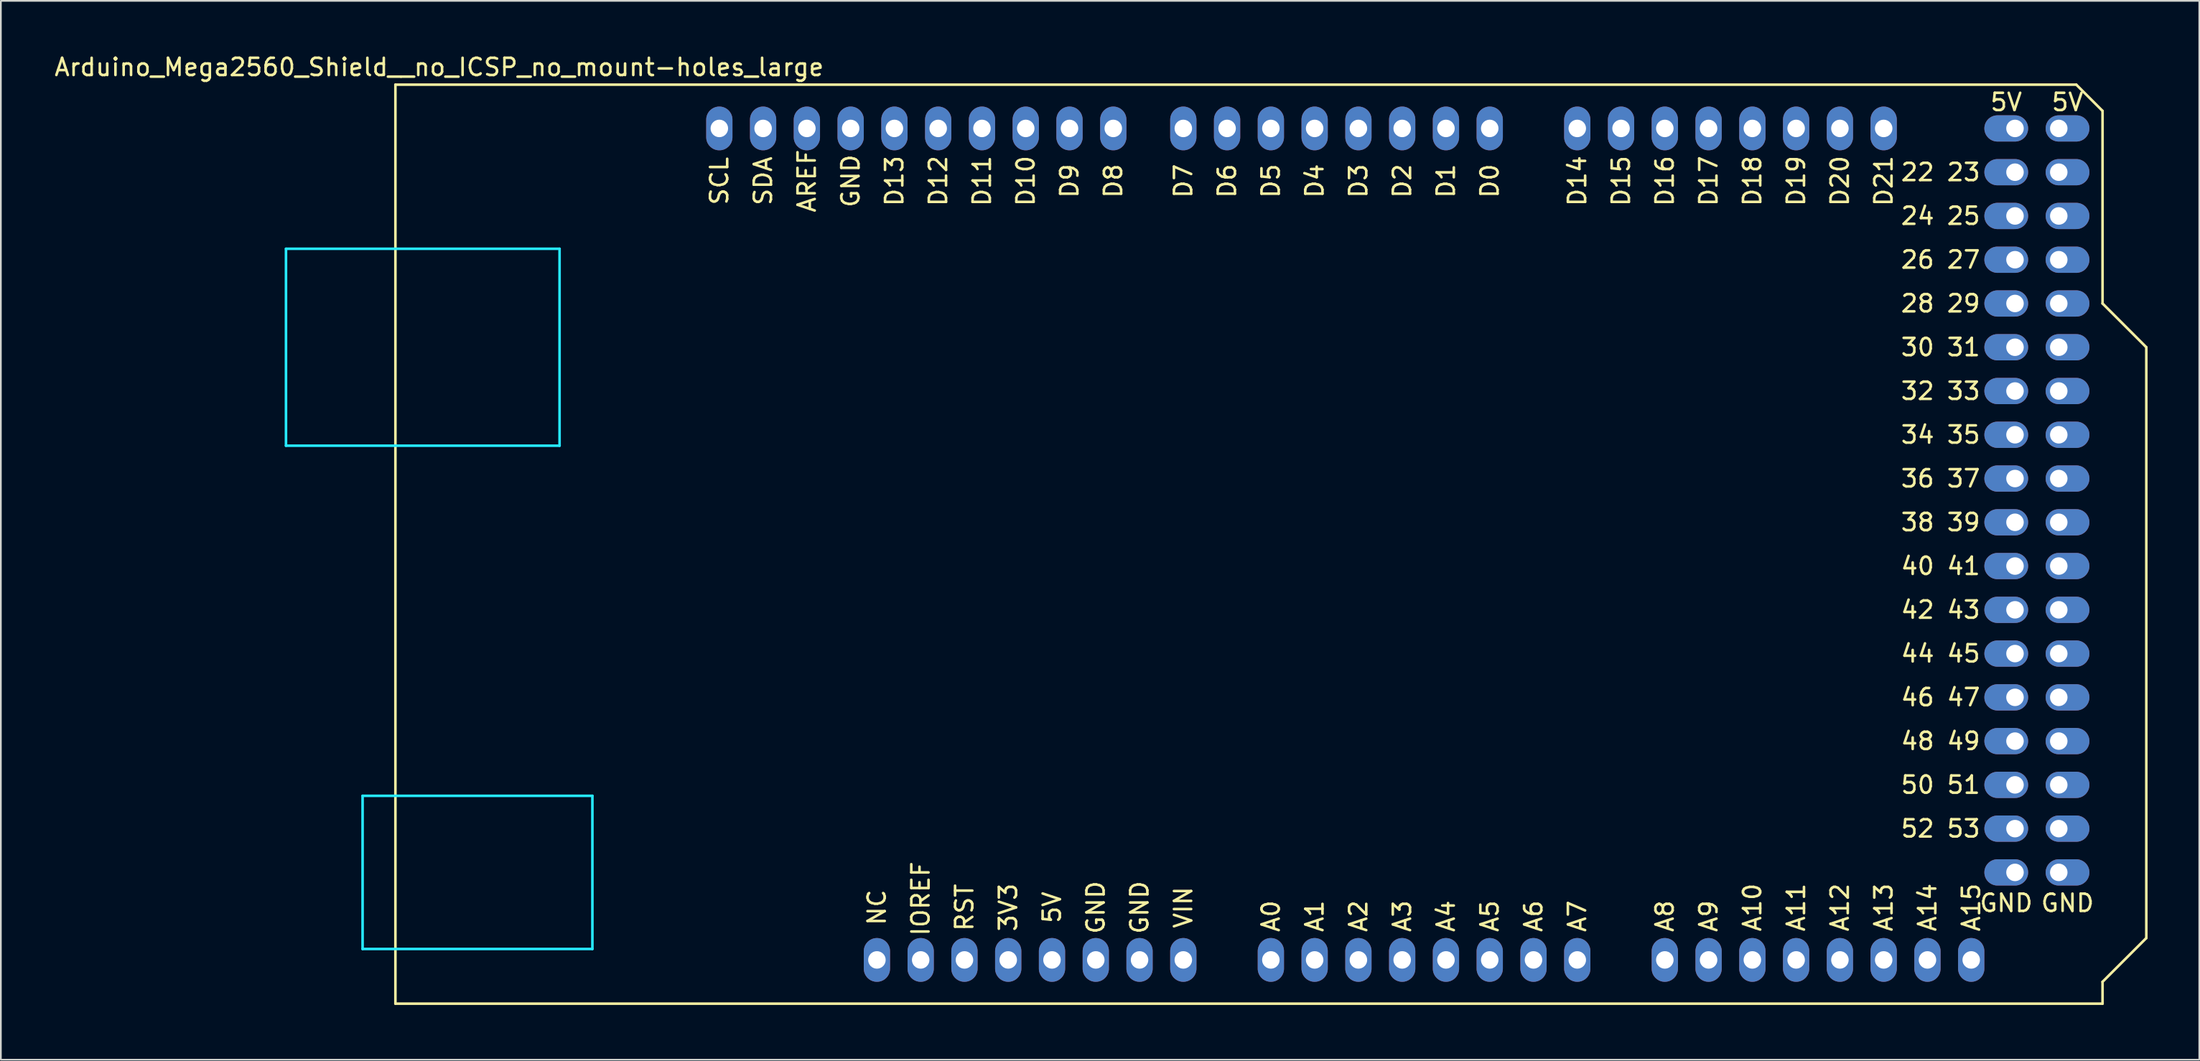
<source format=kicad_pcb>
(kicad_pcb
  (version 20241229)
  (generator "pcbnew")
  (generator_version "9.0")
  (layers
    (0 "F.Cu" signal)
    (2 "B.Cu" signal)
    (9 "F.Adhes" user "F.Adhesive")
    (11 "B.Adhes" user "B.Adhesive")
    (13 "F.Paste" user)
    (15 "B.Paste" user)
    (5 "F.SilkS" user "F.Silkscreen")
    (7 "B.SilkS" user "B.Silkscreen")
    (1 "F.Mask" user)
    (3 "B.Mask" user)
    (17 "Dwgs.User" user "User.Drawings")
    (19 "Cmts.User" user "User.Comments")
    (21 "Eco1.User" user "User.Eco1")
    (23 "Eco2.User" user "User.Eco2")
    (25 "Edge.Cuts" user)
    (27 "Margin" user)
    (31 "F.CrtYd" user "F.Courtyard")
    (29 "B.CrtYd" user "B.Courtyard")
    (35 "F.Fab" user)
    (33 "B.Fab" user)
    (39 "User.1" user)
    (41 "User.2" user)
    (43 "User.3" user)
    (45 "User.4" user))
  (footprint "Arduino_Mega2560_Shield__no_ICSP_no_mount-holes_large"
    (layer "F.Cu")
    (at 19.895 55.204)
    (property "Reference" "Arduino_Mega2560_Shield__no_ICSP_no_mount-holes_large" (at 2.54 -54.356 0) (layer "F.SilkS") (effects (font (size 1 1) (thickness 0.15))))
    (attr through_hole)
    (fp_line (start 0 -53.34) (end 0 0) (stroke (width 0.15) (type solid)) (layer "F.SilkS"))
    (fp_line (start 0 -53.34) (end 97.536 -53.34) (stroke (width 0.15) (type solid)) (layer "F.SilkS"))
    (fp_line (start 0 0) (end 99.06 0) (stroke (width 0.15) (type solid)) (layer "F.SilkS"))
    (fp_line (start 97.536 -53.34) (end 99.06 -51.816) (stroke (width 0.15) (type solid)) (layer "F.SilkS"))
    (fp_line (start 99.06 -40.64) (end 99.06 -51.816) (stroke (width 0.15) (type solid)) (layer "F.SilkS"))
    (fp_line (start 99.06 -1.27) (end 101.6 -3.81) (stroke (width 0.15) (type solid)) (layer "F.SilkS"))
    (fp_line (start 99.06 0) (end 99.06 -1.27) (stroke (width 0.15) (type solid)) (layer "F.SilkS"))
    (fp_line (start 101.6 -38.1) (end 99.06 -40.64) (stroke (width 0.15) (type solid)) (layer "F.SilkS"))
    (fp_line (start 101.6 -3.81) (end 101.6 -38.1) (stroke (width 0.15) (type solid)) (layer "F.SilkS"))
    (fp_line (start -6.35 -43.815) (end -6.35 -32.385) (stroke (width 0.15) (type solid)) (layer "B.CrtYd"))
    (fp_line (start -1.905 -12.065) (end -1.905 -3.175) (stroke (width 0.15) (type solid)) (layer "B.CrtYd"))
    (fp_line (start -1.905 -12.065) (end 11.43 -12.065) (stroke (width 0.15) (type solid)) (layer "B.CrtYd"))
    (fp_line (start -1.905 -3.175) (end 11.43 -3.175) (stroke (width 0.15) (type solid)) (layer "B.CrtYd"))
    (fp_line (start 9.525 -43.815) (end -6.35 -43.815) (stroke (width 0.15) (type solid)) (layer "B.CrtYd"))
    (fp_line (start 9.525 -43.815) (end 9.525 -32.385) (stroke (width 0.15) (type solid)) (layer "B.CrtYd"))
    (fp_line (start 9.525 -32.385) (end -6.35 -32.385) (stroke (width 0.15) (type solid)) (layer "B.CrtYd"))
    (fp_line (start 11.43 -12.065) (end 11.43 -3.175) (stroke (width 0.15) (type solid)) (layer "B.CrtYd"))
    (fp_text user "D0" (at 63.5 -47.752 90) (layer "F.SilkS") (effects (font (size 1 1) (thickness 0.15))))
    (fp_text user "D9" (at 39.116 -47.752 90) (layer "F.SilkS") (effects (font (size 1 1) (thickness 0.15))))
    (fp_text user "D4" (at 53.34 -47.752 90) (layer "F.SilkS") (effects (font (size 1 1) (thickness 0.15))))
    (fp_text user "A11" (at 81.28 -5.588 90) (layer "F.SilkS") (effects (font (size 1 1) (thickness 0.15))))
    (fp_text user "46 47" (at 89.662 -17.78 0) (layer "F.SilkS") (effects (font (size 1 1) (thickness 0.15))))
    (fp_text user "D6" (at 48.26 -47.752 90) (layer "F.SilkS") (effects (font (size 1 1) (thickness 0.15))))
    (fp_text user "40 41" (at 89.662 -25.4 0) (layer "F.SilkS") (effects (font (size 1 1) (thickness 0.15))))
    (fp_text user "SCL" (at 18.796 -47.752 90) (layer "F.SilkS") (effects (font (size 1 1) (thickness 0.15))))
    (fp_text user "3V3" (at 35.56 -5.588 90) (layer "F.SilkS") (effects (font (size 1 1) (thickness 0.15))))
    (fp_text user "GND" (at 26.416 -47.752 90) (layer "F.SilkS") (effects (font (size 1 1) (thickness 0.15))))
    (fp_text user "D14" (at 68.58 -47.752 90) (layer "F.SilkS") (effects (font (size 1 1) (thickness 0.15))))
    (fp_text user "A14" (at 88.9 -5.588 90) (layer "F.SilkS") (effects (font (size 1 1) (thickness 0.15))))
    (fp_text user "36 37" (at 89.662 -30.48 0) (layer "F.SilkS") (effects (font (size 1 1) (thickness 0.15))))
    (fp_text user "D15" (at 71.12 -47.752 90) (layer "F.SilkS") (effects (font (size 1 1) (thickness 0.15))))
    (fp_text user "A1" (at 53.34 -5.08 90) (layer "F.SilkS") (effects (font (size 1 1) (thickness 0.15))))
    (fp_text user "44 45" (at 89.662 -20.32 0) (layer "F.SilkS") (effects (font (size 1 1) (thickness 0.15))))
    (fp_text user "D8" (at 41.656 -47.752 90) (layer "F.SilkS") (effects (font (size 1 1) (thickness 0.15))))
    (fp_text user "GND" (at 40.64 -5.588 90) (layer "F.SilkS") (effects (font (size 1 1) (thickness 0.15))))
    (fp_text user "D1" (at 60.96 -47.752 90) (layer "F.SilkS") (effects (font (size 1 1) (thickness 0.15))))
    (fp_text user "D16" (at 73.66 -47.752 90) (layer "F.SilkS") (effects (font (size 1 1) (thickness 0.15))))
    (fp_text user "AREF" (at 23.876 -47.752 90) (layer "F.SilkS") (effects (font (size 1 1) (thickness 0.15))))
    (fp_text user "D21" (at 86.36 -47.752 90) (layer "F.SilkS") (effects (font (size 1 1) (thickness 0.15))))
    (fp_text user "A5" (at 63.5 -5.08 90) (layer "F.SilkS") (effects (font (size 1 1) (thickness 0.15))))
    (fp_text user "A13" (at 86.36 -5.588 90) (layer "F.SilkS") (effects (font (size 1 1) (thickness 0.15))))
    (fp_text user "D19" (at 81.28 -47.752 90) (layer "F.SilkS") (effects (font (size 1 1) (thickness 0.15))))
    (fp_text user "D18" (at 78.74 -47.752 90) (layer "F.SilkS") (effects (font (size 1 1) (thickness 0.15))))
    (fp_text user "VIN" (at 45.72 -5.588 90) (layer "F.SilkS") (effects (font (size 1 1) (thickness 0.15))))
    (fp_text user "5V" (at 38.1 -5.588 90) (layer "F.SilkS") (effects (font (size 1 1) (thickness 0.15))))
    (fp_text user "32 33" (at 89.662 -35.56 0) (layer "F.SilkS") (effects (font (size 1 1) (thickness 0.15))))
    (fp_text user "A6" (at 66.04 -5.08 90) (layer "F.SilkS") (effects (font (size 1 1) (thickness 0.15))))
    (fp_text user "34 35" (at 89.662 -33.02 0) (layer "F.SilkS") (effects (font (size 1 1) (thickness 0.15))))
    (fp_text user "D11" (at 34.036 -47.752 90) (layer "F.SilkS") (effects (font (size 1 1) (thickness 0.15))))
    (fp_text user "38 39" (at 89.662 -27.94 0) (layer "F.SilkS") (effects (font (size 1 1) (thickness 0.15))))
    (fp_text user "A4" (at 60.96 -5.08 90) (layer "F.SilkS") (effects (font (size 1 1) (thickness 0.15))))
    (fp_text user "A3" (at 58.42 -5.08 90) (layer "F.SilkS") (effects (font (size 1 1) (thickness 0.15))))
    (fp_text user "D20" (at 83.82 -47.752 90) (layer "F.SilkS") (effects (font (size 1 1) (thickness 0.15))))
    (fp_text user "5V" (at 97.028 -52.324 0) (layer "F.SilkS") (effects (font (size 1 1) (thickness 0.15))))
    (fp_text user "RST" (at 33.02 -5.588 90) (layer "F.SilkS") (effects (font (size 1 1) (thickness 0.15))))
    (fp_text user "D7" (at 45.72 -47.752 90) (layer "F.SilkS") (effects (font (size 1 1) (thickness 0.15))))
    (fp_text user "A12" (at 83.82 -5.588 90) (layer "F.SilkS") (effects (font (size 1 1) (thickness 0.15))))
    (fp_text user "D17" (at 76.2 -47.752 90) (layer "F.SilkS") (effects (font (size 1 1) (thickness 0.15))))
    (fp_text user "A15" (at 91.44 -5.588 90) (layer "F.SilkS") (effects (font (size 1 1) (thickness 0.15))))
    (fp_text user "A0" (at 50.8 -5.08 90) (layer "F.SilkS") (effects (font (size 1 1) (thickness 0.15))))
    (fp_text user "D2" (at 58.42 -47.752 90) (layer "F.SilkS") (effects (font (size 1 1) (thickness 0.15))))
    (fp_text user "D5" (at 50.8 -47.752 90) (layer "F.SilkS") (effects (font (size 1 1) (thickness 0.15))))
    (fp_text user "30 31" (at 89.662 -38.1 0) (layer "F.SilkS") (effects (font (size 1 1) (thickness 0.15))))
    (fp_text user "A7" (at 68.58 -5.08 90) (layer "F.SilkS") (effects (font (size 1 1) (thickness 0.15))))
    (fp_text user "5V" (at 93.472 -52.324 0) (layer "F.SilkS") (effects (font (size 1 1) (thickness 0.15))))
    (fp_text user "26 27" (at 89.662 -43.18 0) (layer "F.SilkS") (effects (font (size 1 1) (thickness 0.15))))
    (fp_text user "NC" (at 27.94 -5.588 90) (layer "F.SilkS") (effects (font (size 1 1) (thickness 0.15))))
    (fp_text user "24 25" (at 89.662 -45.72 0) (layer "F.SilkS") (effects (font (size 1 1) (thickness 0.15))))
    (fp_text user "GND" (at 93.472 -5.842 0) (layer "F.SilkS") (effects (font (size 1 1) (thickness 0.15))))
    (fp_text user "GND" (at 43.18 -5.588 90) (layer "F.SilkS") (effects (font (size 1 1) (thickness 0.15))))
    (fp_text user "28 29" (at 89.662 -40.64 0) (layer "F.SilkS") (effects (font (size 1 1) (thickness 0.15))))
    (fp_text user "GND" (at 97.028 -5.842 0) (layer "F.SilkS") (effects (font (size 1 1) (thickness 0.15))))
    (fp_text user "A10" (at 78.74 -5.588 90) (layer "F.SilkS") (effects (font (size 1 1) (thickness 0.15))))
    (fp_text user "D12" (at 31.496 -47.752 90) (layer "F.SilkS") (effects (font (size 1 1) (thickness 0.15))))
    (fp_text user "50 51" (at 89.662 -12.7 0) (layer "F.SilkS") (effects (font (size 1 1) (thickness 0.15))))
    (fp_text user "42 43" (at 89.662 -22.86 0) (layer "F.SilkS") (effects (font (size 1 1) (thickness 0.15))))
    (fp_text user "D3" (at 55.88 -47.752 90) (layer "F.SilkS") (effects (font (size 1 1) (thickness 0.15))))
    (fp_text user "22 23" (at 89.662 -48.26 0) (layer "F.SilkS") (effects (font (size 1 1) (thickness 0.15))))
    (fp_text user "IOREF" (at 30.48 -6.096 90) (layer "F.SilkS") (effects (font (size 1 1) (thickness 0.15))))
    (fp_text user "D10" (at 36.576 -47.752 90) (layer "F.SilkS") (effects (font (size 1 1) (thickness 0.15))))
    (fp_text user "D13" (at 28.956 -47.752 90) (layer "F.SilkS") (effects (font (size 1 1) (thickness 0.15))))
    (fp_text user "SDA" (at 21.336 -47.752 90) (layer "F.SilkS") (effects (font (size 1 1) (thickness 0.15))))
    (fp_text user "A8" (at 73.66 -5.08 90) (layer "F.SilkS") (effects (font (size 1 1) (thickness 0.15))))
    (fp_text user "52 53" (at 89.662 -10.16 0) (layer "F.SilkS") (effects (font (size 1 1) (thickness 0.15))))
    (fp_text user "48 49" (at 89.662 -15.24 0) (layer "F.SilkS") (effects (font (size 1 1) (thickness 0.15))))
    (fp_text user "A9" (at 76.2 -5.08 90) (layer "F.SilkS") (effects (font (size 1 1) (thickness 0.15))))
    (fp_text user "A2" (at 55.88 -5.08 90) (layer "F.SilkS") (effects (font (size 1 1) (thickness 0.15))))
    (pad "1" thru_hole oval (at 53.34 -50.8) (size 1.524 2.54) (drill 1.016) (layers "*.Cu" "*.Mask"))
    (pad "2" thru_hole oval (at 63.5 -50.8) (size 1.524 2.54) (drill 1.016) (layers "*.Cu" "*.Mask"))
    (pad "3" thru_hole oval (at 60.96 -50.8) (size 1.524 2.54) (drill 1.016) (layers "*.Cu" "*.Mask"))
    (pad "3V3" thru_hole oval (at 35.56 -2.54) (size 1.524 2.54) (drill 1.016) (layers "*.Cu" "*.Mask"))
    (pad "5" thru_hole oval (at 50.8 -50.8) (size 1.524 2.54) (drill 1.016) (layers "*.Cu" "*.Mask"))
    (pad "6" thru_hole oval (at 58.42 -50.8) (size 1.524 2.54) (drill 1.016) (layers "*.Cu" "*.Mask"))
    (pad "7" thru_hole oval (at 55.88 -50.8) (size 1.524 2.54) (drill 1.016) (layers "*.Cu" "*.Mask"))
    (pad "10" thru_hole oval (at 38.1 -2.54) (size 1.524 2.54) (drill 1.016) (layers "*.Cu" "*.Mask"))
    (pad "11" thru_hole oval (at 26.416 -50.8) (size 1.524 2.54) (drill 1.016) (layers "*.Cu" "*.Mask"))
    (pad "12" thru_hole oval (at 76.2 -50.8) (size 1.524 2.54) (drill 1.016) (layers "*.Cu" "*.Mask"))
    (pad "13" thru_hole oval (at 73.66 -50.8) (size 1.524 2.54) (drill 1.016) (layers "*.Cu" "*.Mask"))
    (pad "15" thru_hole oval (at 48.26 -50.8) (size 1.524 2.54) (drill 1.016) (layers "*.Cu" "*.Mask"))
    (pad "16" thru_hole oval (at 45.72 -50.8) (size 1.524 2.54) (drill 1.016) (layers "*.Cu" "*.Mask"))
    (pad "17" thru_hole oval (at 41.656 -50.8) (size 1.524 2.54) (drill 1.016) (layers "*.Cu" "*.Mask"))
    (pad "18" thru_hole oval (at 39.116 -50.8) (size 1.524 2.54) (drill 1.016) (layers "*.Cu" "*.Mask"))
    (pad "19" thru_hole oval (at 96.52 -10.16) (size 2.54 1.524) (drill 1.016 (offset 0.508 0)) (layers "*.Cu" "*.Mask"))
    (pad "20" thru_hole oval (at 93.98 -10.16) (size 2.54 1.524) (drill 1.016 (offset -0.508 0)) (layers "*.Cu" "*.Mask"))
    (pad "21" thru_hole oval (at 96.52 -12.7) (size 2.54 1.524) (drill 1.016 (offset 0.508 0)) (layers "*.Cu" "*.Mask"))
    (pad "22" thru_hole oval (at 93.98 -12.7) (size 2.54 1.524) (drill 1.016 (offset -0.508 0)) (layers "*.Cu" "*.Mask"))
    (pad "23" thru_hole oval (at 36.576 -50.8) (size 1.524 2.54) (drill 1.016) (layers "*.Cu" "*.Mask"))
    (pad "24" thru_hole oval (at 34.036 -50.8) (size 1.524 2.54) (drill 1.016) (layers "*.Cu" "*.Mask"))
    (pad "25" thru_hole oval (at 31.496 -50.8) (size 1.524 2.54) (drill 1.016) (layers "*.Cu" "*.Mask"))
    (pad "26" thru_hole oval (at 28.956 -50.8) (size 1.524 2.54) (drill 1.016) (layers "*.Cu" "*.Mask"))
    (pad "30" thru_hole oval (at 33.02 -2.54) (size 1.524 2.54) (drill 1.016) (layers "*.Cu" "*.Mask"))
    (pad "31" thru_hole oval (at 93.98 -50.8) (size 2.54 1.524) (drill 1.016 (offset -0.508 0)) (layers "*.Cu" "*.Mask"))
    (pad "32" thru_hole oval (at 40.64 -2.54) (size 1.524 2.54) (drill 1.016) (layers "*.Cu" "*.Mask"))
    (pad "35" thru_hole oval (at 96.52 -15.24) (size 2.54 1.524) (drill 1.016 (offset 0.508 0)) (layers "*.Cu" "*.Mask"))
    (pad "36" thru_hole oval (at 93.98 -15.24) (size 2.54 1.524) (drill 1.016 (offset -0.508 0)) (layers "*.Cu" "*.Mask"))
    (pad "37" thru_hole oval (at 96.52 -17.78) (size 2.54 1.524) (drill 1.016 (offset 0.508 0)) (layers "*.Cu" "*.Mask"))
    (pad "38" thru_hole oval (at 93.98 -17.78) (size 2.54 1.524) (drill 1.016 (offset -0.508 0)) (layers "*.Cu" "*.Mask"))
    (pad "39" thru_hole oval (at 96.52 -20.32) (size 2.54 1.524) (drill 1.016 (offset 0.508 0)) (layers "*.Cu" "*.Mask"))
    (pad "40" thru_hole oval (at 93.98 -20.32) (size 2.54 1.524) (drill 1.016 (offset -0.508 0)) (layers "*.Cu" "*.Mask"))
    (pad "41" thru_hole oval (at 96.52 -22.86) (size 2.54 1.524) (drill 1.016 (offset 0.508 0)) (layers "*.Cu" "*.Mask"))
    (pad "42" thru_hole oval (at 93.98 -22.86) (size 2.54 1.524) (drill 1.016 (offset -0.508 0)) (layers "*.Cu" "*.Mask"))
    (pad "43" thru_hole oval (at 86.36 -50.8) (size 1.524 2.54) (drill 1.016) (layers "*.Cu" "*.Mask"))
    (pad "44" thru_hole oval (at 83.82 -50.8) (size 1.524 2.54) (drill 1.016) (layers "*.Cu" "*.Mask"))
    (pad "45" thru_hole oval (at 81.28 -50.8) (size 1.524 2.54) (drill 1.016) (layers "*.Cu" "*.Mask"))
    (pad "46" thru_hole oval (at 78.74 -50.8) (size 1.524 2.54) (drill 1.016) (layers "*.Cu" "*.Mask"))
    (pad "50" thru_hole oval (at 93.98 -27.94) (size 2.54 1.524) (drill 1.016 (offset -0.508 0)) (layers "*.Cu" "*.Mask"))
    (pad "51" thru_hole oval (at 96.52 -25.4) (size 2.54 1.524) (drill 1.016 (offset 0.508 0)) (layers "*.Cu" "*.Mask"))
    (pad "52" thru_hole oval (at 93.98 -25.4) (size 2.54 1.524) (drill 1.016 (offset -0.508 0)) (layers "*.Cu" "*.Mask"))
    (pad "53" thru_hole oval (at 96.52 -30.48) (size 2.54 1.524) (drill 1.016 (offset 0.508 0)) (layers "*.Cu" "*.Mask"))
    (pad "54" thru_hole oval (at 93.98 -30.48) (size 2.54 1.524) (drill 1.016 (offset -0.508 0)) (layers "*.Cu" "*.Mask"))
    (pad "55" thru_hole oval (at 96.52 -33.02) (size 2.54 1.524) (drill 1.016 (offset 0.508 0)) (layers "*.Cu" "*.Mask"))
    (pad "56" thru_hole oval (at 93.98 -33.02) (size 2.54 1.524) (drill 1.016 (offset -0.508 0)) (layers "*.Cu" "*.Mask"))
    (pad "57" thru_hole oval (at 96.52 -35.56) (size 2.54 1.524) (drill 1.016 (offset 0.508 0)) (layers "*.Cu" "*.Mask"))
    (pad "58" thru_hole oval (at 93.98 -35.56) (size 2.54 1.524) (drill 1.016 (offset -0.508 0)) (layers "*.Cu" "*.Mask"))
    (pad "59" thru_hole oval (at 96.52 -38.1) (size 2.54 1.524) (drill 1.016 (offset 0.508 0)) (layers "*.Cu" "*.Mask"))
    (pad "60" thru_hole oval (at 93.98 -38.1) (size 2.54 1.524) (drill 1.016 (offset -0.508 0)) (layers "*.Cu" "*.Mask"))
    (pad "61" thru_hole oval (at 96.52 -50.8) (size 2.54 1.524) (drill 1.016 (offset 0.508 0)) (layers "*.Cu" "*.Mask"))
    (pad "62" thru_hole oval (at 43.18 -2.54) (size 1.524 2.54) (drill 1.016) (layers "*.Cu" "*.Mask"))
    (pad "63" thru_hole oval (at 71.12 -50.8) (size 1.524 2.54) (drill 1.016) (layers "*.Cu" "*.Mask"))
    (pad "64" thru_hole oval (at 68.58 -50.8) (size 1.524 2.54) (drill 1.016) (layers "*.Cu" "*.Mask"))
    (pad "70" thru_hole oval (at 96.52 -27.94) (size 2.54 1.524) (drill 1.016 (offset 0.508 0)) (layers "*.Cu" "*.Mask"))
    (pad "71" thru_hole oval (at 96.52 -40.64) (size 2.54 1.524) (drill 1.016 (offset 0.508 0)) (layers "*.Cu" "*.Mask"))
    (pad "72" thru_hole oval (at 93.98 -40.64) (size 2.54 1.524) (drill 1.016 (offset -0.508 0)) (layers "*.Cu" "*.Mask"))
    (pad "73" thru_hole oval (at 96.52 -43.18) (size 2.54 1.524) (drill 1.016 (offset 0.508 0)) (layers "*.Cu" "*.Mask"))
    (pad "74" thru_hole oval (at 93.98 -43.18) (size 2.54 1.524) (drill 1.016 (offset -0.508 0)) (layers "*.Cu" "*.Mask"))
    (pad "75" thru_hole oval (at 96.52 -45.72) (size 2.54 1.524) (drill 1.016 (offset 0.508 0)) (layers "*.Cu" "*.Mask"))
    (pad "76" thru_hole oval (at 93.98 -45.72) (size 2.54 1.524) (drill 1.016 (offset -0.508 0)) (layers "*.Cu" "*.Mask"))
    (pad "77" thru_hole oval (at 96.52 -48.26) (size 2.54 1.524) (drill 1.016 (offset 0.508 0)) (layers "*.Cu" "*.Mask"))
    (pad "78" thru_hole oval (at 93.98 -48.26) (size 2.54 1.524) (drill 1.016 (offset -0.508 0)) (layers "*.Cu" "*.Mask"))
    (pad "81" thru_hole oval (at 93.98 -7.62) (size 2.54 1.524) (drill 1.016 (offset -0.508 0)) (layers "*.Cu" "*.Mask"))
    (pad "82" thru_hole oval (at 91.44 -2.54) (size 1.524 2.54) (drill 1.016) (layers "*.Cu" "*.Mask"))
    (pad "83" thru_hole oval (at 88.9 -2.54) (size 1.524 2.54) (drill 1.016) (layers "*.Cu" "*.Mask"))
    (pad "84" thru_hole oval (at 86.36 -2.54) (size 1.524 2.54) (drill 1.016) (layers "*.Cu" "*.Mask"))
    (pad "85" thru_hole oval (at 83.82 -2.54) (size 1.524 2.54) (drill 1.016) (layers "*.Cu" "*.Mask"))
    (pad "86" thru_hole oval (at 81.28 -2.54) (size 1.524 2.54) (drill 1.016) (layers "*.Cu" "*.Mask"))
    (pad "87" thru_hole oval (at 78.74 -2.54) (size 1.524 2.54) (drill 1.016) (layers "*.Cu" "*.Mask"))
    (pad "88" thru_hole oval (at 76.2 -2.54) (size 1.524 2.54) (drill 1.016) (layers "*.Cu" "*.Mask"))
    (pad "89" thru_hole oval (at 73.66 -2.54) (size 1.524 2.54) (drill 1.016) (layers "*.Cu" "*.Mask"))
    (pad "90" thru_hole oval (at 68.58 -2.54) (size 1.524 2.54) (drill 1.016) (layers "*.Cu" "*.Mask"))
    (pad "91" thru_hole oval (at 66.04 -2.54) (size 1.524 2.54) (drill 1.016) (layers "*.Cu" "*.Mask"))
    (pad "92" thru_hole oval (at 63.5 -2.54) (size 1.524 2.54) (drill 1.016) (layers "*.Cu" "*.Mask"))
    (pad "93" thru_hole oval (at 60.96 -2.54) (size 1.524 2.54) (drill 1.016) (layers "*.Cu" "*.Mask"))
    (pad "94" thru_hole oval (at 58.42 -2.54) (size 1.524 2.54) (drill 1.016) (layers "*.Cu" "*.Mask"))
    (pad "95" thru_hole oval (at 55.88 -2.54) (size 1.524 2.54) (drill 1.016) (layers "*.Cu" "*.Mask"))
    (pad "96" thru_hole oval (at 53.34 -2.54) (size 1.524 2.54) (drill 1.016) (layers "*.Cu" "*.Mask"))
    (pad "97" thru_hole oval (at 50.8 -2.54) (size 1.524 2.54) (drill 1.016) (layers "*.Cu" "*.Mask"))
    (pad "98" thru_hole oval (at 23.876 -50.8) (size 1.524 2.54) (drill 1.016) (layers "*.Cu" "*.Mask"))
    (pad "99" thru_hole oval (at 96.52 -7.62) (size 2.54 1.524) (drill 1.016 (offset 0.508 0)) (layers "*.Cu" "*.Mask"))
    (pad "100" thru_hole oval (at 45.72 -2.54) (size 1.524 2.54) (drill 1.016) (layers "*.Cu" "*.Mask"))
    (pad "IORF" thru_hole oval (at 30.48 -2.54) (size 1.524 2.54) (drill 1.016) (layers "*.Cu" "*.Mask"))
    (pad "NC" thru_hole oval (at 27.94 -2.54) (size 1.524 2.54) (drill 1.016) (layers "*.Cu" "*.Mask"))
    (pad "SCL" thru_hole oval (at 18.796 -50.8) (size 1.524 2.54) (drill 1.016) (layers "*.Cu" "*.Mask"))
    (pad "SDA" thru_hole oval (at 21.336 -50.8) (size 1.524 2.54) (drill 1.016) (layers "*.Cu" "*.Mask")))
  (gr_rect
    (start -3 -3)
    (end 124.57 58.454)
    (stroke (width 0.1) (type default))
    (fill no)
    (layer "Edge.Cuts")))
</source>
